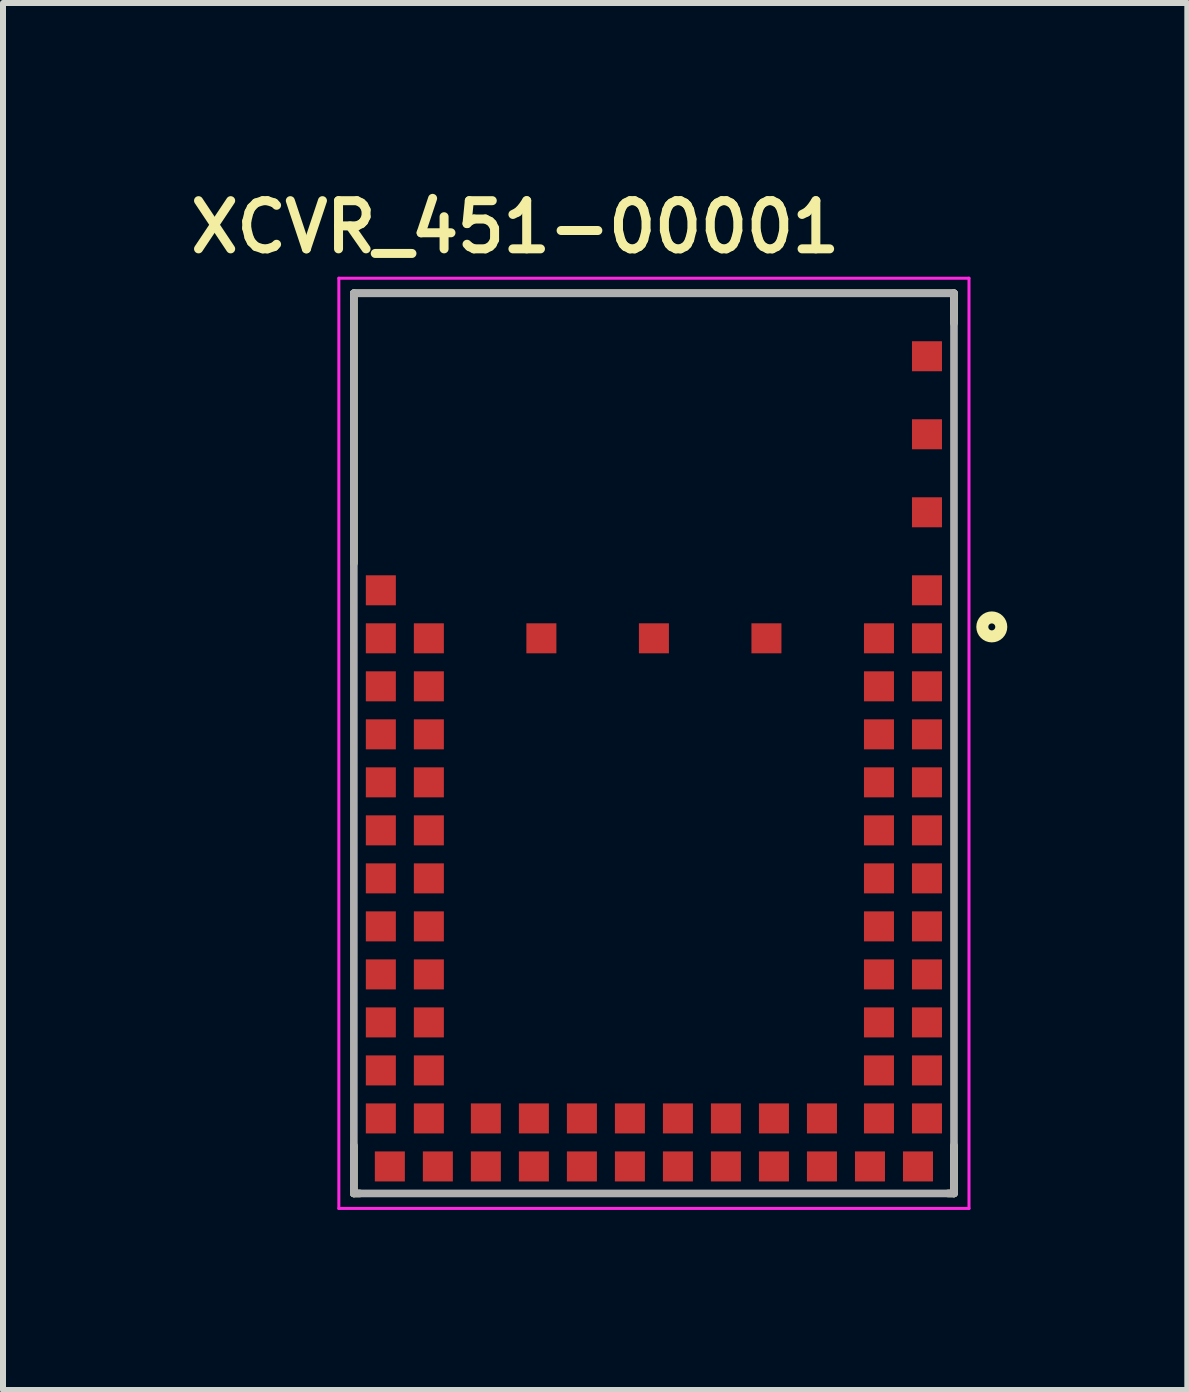
<source format=kicad_pcb>
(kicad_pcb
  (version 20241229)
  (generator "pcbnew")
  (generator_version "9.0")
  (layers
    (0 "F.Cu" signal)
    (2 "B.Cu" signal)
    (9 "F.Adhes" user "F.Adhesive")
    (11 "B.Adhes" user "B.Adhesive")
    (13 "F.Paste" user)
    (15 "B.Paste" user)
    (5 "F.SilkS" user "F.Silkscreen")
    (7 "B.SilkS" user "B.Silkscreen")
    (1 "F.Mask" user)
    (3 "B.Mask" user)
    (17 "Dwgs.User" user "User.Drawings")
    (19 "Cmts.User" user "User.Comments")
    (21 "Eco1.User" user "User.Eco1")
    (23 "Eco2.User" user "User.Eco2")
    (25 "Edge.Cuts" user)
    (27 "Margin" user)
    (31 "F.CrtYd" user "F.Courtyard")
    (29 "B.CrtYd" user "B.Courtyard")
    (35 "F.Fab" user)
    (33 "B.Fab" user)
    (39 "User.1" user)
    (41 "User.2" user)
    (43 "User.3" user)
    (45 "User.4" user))
  (footprint "XCVR_451-00001"
    (layer "F.Cu")
    (at 7.846 9.336)
    (property "Reference" "XCVR_451-00001" (at -2.311 -8.603 0) (layer "F.SilkS") (effects (font (size 0.803 0.803) (thickness 0.15))))
    (attr smd)
    (fp_line (start -5 -7.5) (end 5 -7.5) (stroke (width 0.127) (type solid)) (layer "F.SilkS"))
    (fp_line (start -5 -3) (end -5 -7.5) (stroke (width 0.127) (type solid)) (layer "F.SilkS"))
    (fp_line (start -5 7.5) (end -5 6.7) (stroke (width 0.127) (type solid)) (layer "F.SilkS"))
    (fp_line (start -4.9 7.5) (end -5 7.5) (stroke (width 0.127) (type solid)) (layer "F.SilkS"))
    (fp_line (start 4.9 7.5) (end 5 7.5) (stroke (width 0.127) (type solid)) (layer "F.SilkS"))
    (fp_line (start 5 -7.5) (end 5 -7) (stroke (width 0.127) (type solid)) (layer "F.SilkS"))
    (fp_line (start 5 7.5) (end 5 6.7) (stroke (width 0.127) (type solid)) (layer "F.SilkS"))
    (fp_circle (center 5.63 -1.94) (end 5.788 -1.94) (stroke (width 0.2) (type solid)) (fill no) (layer "F.SilkS"))
    (fp_line (start -5.25 -7.75) (end 5.25 -7.75) (stroke (width 0.05) (type solid)) (layer "F.CrtYd"))
    (fp_line (start -5.25 7.75) (end -5.25 -7.75) (stroke (width 0.05) (type solid)) (layer "F.CrtYd"))
    (fp_line (start 5.25 -7.75) (end 5.25 7.75) (stroke (width 0.05) (type solid)) (layer "F.CrtYd"))
    (fp_line (start 5.25 7.75) (end -5.25 7.75) (stroke (width 0.05) (type solid)) (layer "F.CrtYd"))
    (fp_line (start -5 -7.5) (end -5 7.5) (stroke (width 0.127) (type solid)) (layer "F.Fab"))
    (fp_line (start -5 7.5) (end 5 7.5) (stroke (width 0.127) (type solid)) (layer "F.Fab"))
    (fp_line (start 5 -7.5) (end -5 -7.5) (stroke (width 0.127) (type solid)) (layer "F.Fab"))
    (fp_line (start 5 7.5) (end 5 -7.5) (stroke (width 0.127) (type solid)) (layer "F.Fab"))
    (pad "0" smd rect (at 4.55 -2.55) (size 0.5 0.5) (layers "F.Cu" "F.Mask" "F.Paste"))
    (pad "1" smd rect (at 4.55 -1.75) (size 0.5 0.5) (layers "F.Cu" "F.Mask" "F.Paste"))
    (pad "2" smd rect (at 3.75 -1.75) (size 0.5 0.5) (layers "F.Cu" "F.Mask" "F.Paste"))
    (pad "3" smd rect (at 4.55 -0.95) (size 0.5 0.5) (layers "F.Cu" "F.Mask" "F.Paste"))
    (pad "4" smd rect (at 3.75 -0.95) (size 0.5 0.5) (layers "F.Cu" "F.Mask" "F.Paste"))
    (pad "5" smd rect (at 4.55 -0.15) (size 0.5 0.5) (layers "F.Cu" "F.Mask" "F.Paste"))
    (pad "6" smd rect (at 3.75 -0.15) (size 0.5 0.5) (layers "F.Cu" "F.Mask" "F.Paste"))
    (pad "7" smd rect (at 4.55 0.65) (size 0.5 0.5) (layers "F.Cu" "F.Mask" "F.Paste"))
    (pad "8" smd rect (at 3.75 0.65) (size 0.5 0.5) (layers "F.Cu" "F.Mask" "F.Paste"))
    (pad "9" smd rect (at 4.55 1.45) (size 0.5 0.5) (layers "F.Cu" "F.Mask" "F.Paste"))
    (pad "10" smd rect (at 3.75 1.45) (size 0.5 0.5) (layers "F.Cu" "F.Mask" "F.Paste"))
    (pad "11" smd rect (at 4.55 2.25) (size 0.5 0.5) (layers "F.Cu" "F.Mask" "F.Paste"))
    (pad "12" smd rect (at 3.75 2.25) (size 0.5 0.5) (layers "F.Cu" "F.Mask" "F.Paste"))
    (pad "13" smd rect (at 4.55 3.05) (size 0.5 0.5) (layers "F.Cu" "F.Mask" "F.Paste"))
    (pad "14" smd rect (at 3.75 3.05) (size 0.5 0.5) (layers "F.Cu" "F.Mask" "F.Paste"))
    (pad "15" smd rect (at 4.55 3.85) (size 0.5 0.5) (layers "F.Cu" "F.Mask" "F.Paste"))
    (pad "16" smd rect (at 3.75 3.85) (size 0.5 0.5) (layers "F.Cu" "F.Mask" "F.Paste"))
    (pad "17" smd rect (at 4.55 4.65) (size 0.5 0.5) (layers "F.Cu" "F.Mask" "F.Paste"))
    (pad "18" smd rect (at 3.75 4.65) (size 0.5 0.5) (layers "F.Cu" "F.Mask" "F.Paste"))
    (pad "19" smd rect (at 4.55 5.45) (size 0.5 0.5) (layers "F.Cu" "F.Mask" "F.Paste"))
    (pad "20" smd rect (at 3.75 5.45) (size 0.5 0.5) (layers "F.Cu" "F.Mask" "F.Paste"))
    (pad "21" smd rect (at 4.55 6.25) (size 0.5 0.5) (layers "F.Cu" "F.Mask" "F.Paste"))
    (pad "22" smd rect (at 3.75 6.25) (size 0.5 0.5) (layers "F.Cu" "F.Mask" "F.Paste"))
    (pad "23" smd rect (at 4.4 7.05) (size 0.5 0.5) (layers "F.Cu" "F.Mask" "F.Paste"))
    (pad "24" smd rect (at 3.6 7.05) (size 0.5 0.5) (layers "F.Cu" "F.Mask" "F.Paste"))
    (pad "25" smd rect (at 2.8 7.05) (size 0.5 0.5) (layers "F.Cu" "F.Mask" "F.Paste"))
    (pad "26" smd rect (at 2.8 6.25) (size 0.5 0.5) (layers "F.Cu" "F.Mask" "F.Paste"))
    (pad "27" smd rect (at 2 7.05) (size 0.5 0.5) (layers "F.Cu" "F.Mask" "F.Paste"))
    (pad "28" smd rect (at 2 6.25) (size 0.5 0.5) (layers "F.Cu" "F.Mask" "F.Paste"))
    (pad "29" smd rect (at 1.2 7.05) (size 0.5 0.5) (layers "F.Cu" "F.Mask" "F.Paste"))
    (pad "30" smd rect (at 1.2 6.25) (size 0.5 0.5) (layers "F.Cu" "F.Mask" "F.Paste"))
    (pad "31" smd rect (at 0.4 7.05) (size 0.5 0.5) (layers "F.Cu" "F.Mask" "F.Paste"))
    (pad "32" smd rect (at 0.4 6.25) (size 0.5 0.5) (layers "F.Cu" "F.Mask" "F.Paste"))
    (pad "33" smd rect (at -0.4 7.05) (size 0.5 0.5) (layers "F.Cu" "F.Mask" "F.Paste"))
    (pad "34" smd rect (at -0.4 6.25) (size 0.5 0.5) (layers "F.Cu" "F.Mask" "F.Paste"))
    (pad "35" smd rect (at -1.2 7.05) (size 0.5 0.5) (layers "F.Cu" "F.Mask" "F.Paste"))
    (pad "36" smd rect (at -1.2 6.25) (size 0.5 0.5) (layers "F.Cu" "F.Mask" "F.Paste"))
    (pad "37" smd rect (at -2 7.05) (size 0.5 0.5) (layers "F.Cu" "F.Mask" "F.Paste"))
    (pad "38" smd rect (at -2 6.25) (size 0.5 0.5) (layers "F.Cu" "F.Mask" "F.Paste"))
    (pad "39" smd rect (at -2.8 7.05) (size 0.5 0.5) (layers "F.Cu" "F.Mask" "F.Paste"))
    (pad "40" smd rect (at -2.8 6.25) (size 0.5 0.5) (layers "F.Cu" "F.Mask" "F.Paste"))
    (pad "41" smd rect (at -3.6 7.05) (size 0.5 0.5) (layers "F.Cu" "F.Mask" "F.Paste"))
    (pad "42" smd rect (at -4.4 7.05) (size 0.5 0.5) (layers "F.Cu" "F.Mask" "F.Paste"))
    (pad "43" smd rect (at -4.55 6.25) (size 0.5 0.5) (layers "F.Cu" "F.Mask" "F.Paste"))
    (pad "44" smd rect (at -3.75 6.25) (size 0.5 0.5) (layers "F.Cu" "F.Mask" "F.Paste"))
    (pad "45" smd rect (at -4.55 5.45) (size 0.5 0.5) (layers "F.Cu" "F.Mask" "F.Paste"))
    (pad "46" smd rect (at -3.75 5.45) (size 0.5 0.5) (layers "F.Cu" "F.Mask" "F.Paste"))
    (pad "47" smd rect (at -4.55 4.65) (size 0.5 0.5) (layers "F.Cu" "F.Mask" "F.Paste"))
    (pad "48" smd rect (at -3.75 4.65) (size 0.5 0.5) (layers "F.Cu" "F.Mask" "F.Paste"))
    (pad "49" smd rect (at -4.55 3.85) (size 0.5 0.5) (layers "F.Cu" "F.Mask" "F.Paste"))
    (pad "50" smd rect (at -3.75 3.85) (size 0.5 0.5) (layers "F.Cu" "F.Mask" "F.Paste"))
    (pad "51" smd rect (at -4.55 3.05) (size 0.5 0.5) (layers "F.Cu" "F.Mask" "F.Paste"))
    (pad "52" smd rect (at -3.75 3.05) (size 0.5 0.5) (layers "F.Cu" "F.Mask" "F.Paste"))
    (pad "53" smd rect (at -4.55 2.25) (size 0.5 0.5) (layers "F.Cu" "F.Mask" "F.Paste"))
    (pad "54" smd rect (at -3.75 2.25) (size 0.5 0.5) (layers "F.Cu" "F.Mask" "F.Paste"))
    (pad "55" smd rect (at -4.55 1.45) (size 0.5 0.5) (layers "F.Cu" "F.Mask" "F.Paste"))
    (pad "56" smd rect (at -3.75 1.45) (size 0.5 0.5) (layers "F.Cu" "F.Mask" "F.Paste"))
    (pad "57" smd rect (at -4.55 0.65) (size 0.5 0.5) (layers "F.Cu" "F.Mask" "F.Paste"))
    (pad "58" smd rect (at -3.75 0.65) (size 0.5 0.5) (layers "F.Cu" "F.Mask" "F.Paste"))
    (pad "59" smd rect (at -4.55 -0.15) (size 0.5 0.5) (layers "F.Cu" "F.Mask" "F.Paste"))
    (pad "60" smd rect (at -3.75 -0.15) (size 0.5 0.5) (layers "F.Cu" "F.Mask" "F.Paste"))
    (pad "61" smd rect (at -4.55 -0.95) (size 0.5 0.5) (layers "F.Cu" "F.Mask" "F.Paste"))
    (pad "62" smd rect (at -3.75 -0.95) (size 0.5 0.5) (layers "F.Cu" "F.Mask" "F.Paste"))
    (pad "63" smd rect (at -4.55 -1.75) (size 0.5 0.5) (layers "F.Cu" "F.Mask" "F.Paste"))
    (pad "64" smd rect (at -3.75 -1.75) (size 0.5 0.5) (layers "F.Cu" "F.Mask" "F.Paste"))
    (pad "65" smd rect (at -4.55 -2.55) (size 0.5 0.5) (layers "F.Cu" "F.Mask" "F.Paste"))
    (pad "66" smd rect (at 4.55 -3.85) (size 0.5 0.5) (layers "F.Cu" "F.Mask" "F.Paste"))
    (pad "67" smd rect (at 4.55 -5.15) (size 0.5 0.5) (layers "F.Cu" "F.Mask" "F.Paste"))
    (pad "68" smd rect (at 4.55 -6.45) (size 0.5 0.5) (layers "F.Cu" "F.Mask" "F.Paste"))
    (pad "69" smd rect (at 1.875 -1.75) (size 0.5 0.5) (layers "F.Cu" "F.Mask" "F.Paste"))
    (pad "70" smd rect (at 0 -1.75) (size 0.5 0.5) (layers "F.Cu" "F.Mask" "F.Paste"))
    (pad "71" smd rect (at -1.875 -1.75) (size 0.5 0.5) (layers "F.Cu" "F.Mask" "F.Paste"))
    (zone (net_name "") (layer "F.Cu") (hatch full 0.508) (connect_pads) (min_thickness 0.01) (filled_areas_thickness no) (keepout (tracks not_allowed) (vias not_allowed) (pads not_allowed) (copperpour not_allowed) (footprints allowed)) (placement (enabled no)) (fill) (polygon (pts (xy 2.839 1.836) (xy 3.546 1.836) (xy 3.546 6.532) (xy 2.839 6.532))))
    (zone (net_name "") (layer "F.Cu") (hatch full 0.508) (connect_pads) (min_thickness 0.01) (filled_areas_thickness no) (keepout (tracks not_allowed) (vias not_allowed) (pads not_allowed) (copperpour not_allowed) (footprints allowed)) (placement (enabled no)) (fill) (polygon (pts (xy 3.57 1.856) (xy 12.096 1.826) (xy 12.096 6.822) (xy 3.57 6.852))))
    (zone (net_name "") (layer "F.Cu") (hatch full 0.508) (connect_pads) (min_thickness 0.01) (filled_areas_thickness no) (keepout (tracks not_allowed) (vias not_allowed) (pads not_allowed) (copperpour not_allowed) (footprints allowed)) (placement (enabled no)) (fill) (polygon (pts (xy 12.098 3.136) (xy 12.846 3.136) (xy 12.846 3.933) (xy 12.098 3.933))))
    (zone (net_name "") (layer "F.Cu") (hatch full 0.508) (connect_pads) (min_thickness 0.01) (filled_areas_thickness no) (keepout (tracks not_allowed) (vias not_allowed) (pads not_allowed) (copperpour not_allowed) (footprints allowed)) (placement (enabled no)) (fill) (polygon (pts (xy 12.101 4.436) (xy 12.846 4.436) (xy 12.846 5.231) (xy 12.101 5.231))))
    (zone (net_name "") (layer "F.Cu") (hatch full 0.508) (connect_pads) (min_thickness 0.01) (filled_areas_thickness no) (keepout (tracks not_allowed) (vias not_allowed) (pads not_allowed) (copperpour not_allowed) (footprints allowed)) (placement (enabled no)) (fill) (polygon (pts (xy 12.102 5.736) (xy 12.796 5.736) (xy 12.796 6.531) (xy 12.102 6.531))))
    (zone (net_name "") (layer "F.Cu") (hatch full 0.508) (connect_pads) (min_thickness 0.01) (filled_areas_thickness no) (keepout (tracks not_allowed) (vias not_allowed) (pads not_allowed) (copperpour not_allowed) (footprints allowed)) (placement (enabled no)) (fill) (polygon (pts (xy 12.154 1.836) (xy 12.846 1.836) (xy 12.846 2.624) (xy 12.154 2.624))))
    (zone (net_name "") (layers "F.Cu" "B.Cu") (hatch full 0.508) (connect_pads) (min_thickness 0.01) (filled_areas_thickness no) (keepout (tracks allowed) (vias not_allowed) (pads allowed) (copperpour allowed) (footprints allowed)) (placement (enabled no)) (fill) (polygon (pts (xy 2.838 1.836) (xy 3.546 1.836) (xy 3.546 6.531) (xy 2.838 6.531))))
    (zone (net_name "") (layers "F.Cu" "B.Cu") (hatch full 0.508) (connect_pads) (min_thickness 0.01) (filled_areas_thickness no) (keepout (tracks allowed) (vias not_allowed) (pads allowed) (copperpour allowed) (footprints allowed)) (placement (enabled no)) (fill) (polygon (pts (xy 3.582 1.856) (xy 12.096 1.826) (xy 12.096 6.823) (xy 3.582 6.853))))
    (zone (net_name "") (layers "F.Cu" "B.Cu") (hatch full 0.508) (connect_pads) (min_thickness 0.01) (filled_areas_thickness no) (keepout (tracks allowed) (vias not_allowed) (pads allowed) (copperpour allowed) (footprints allowed)) (placement (enabled no)) (fill) (polygon (pts (xy 12.097 5.736) (xy 12.846 5.736) (xy 12.846 6.535) (xy 12.097 6.535))))
    (zone (net_name "") (layers "F.Cu" "B.Cu") (hatch full 0.508) (connect_pads) (min_thickness 0.01) (filled_areas_thickness no) (keepout (tracks allowed) (vias not_allowed) (pads allowed) (copperpour allowed) (footprints allowed)) (placement (enabled no)) (fill) (polygon (pts (xy 12.098 4.436) (xy 12.846 4.436) (xy 12.846 5.233) (xy 12.098 5.233))))
    (zone (net_name "") (layers "F.Cu" "B.Cu") (hatch full 0.508) (connect_pads) (min_thickness 0.01) (filled_areas_thickness no) (keepout (tracks allowed) (vias not_allowed) (pads allowed) (copperpour allowed) (footprints allowed)) (placement (enabled no)) (fill) (polygon (pts (xy 12.102 3.136) (xy 12.846 3.136) (xy 12.846 3.927) (xy 12.102 3.927))))
    (zone (net_name "") (layers "F.Cu" "B.Cu") (hatch full 0.508) (connect_pads) (min_thickness 0.01) (filled_areas_thickness no) (keepout (tracks allowed) (vias not_allowed) (pads allowed) (copperpour allowed) (footprints allowed)) (placement (enabled no)) (fill) (polygon (pts (xy 12.151 1.836) (xy 12.846 1.836) (xy 12.846 2.628) (xy 12.151 2.628)))))
  (gr_rect
    (start -3 -3)
    (end 16.734 20.111)
    (stroke (width 0.1) (type default))
    (fill no)
    (layer "Edge.Cuts")))
</source>
